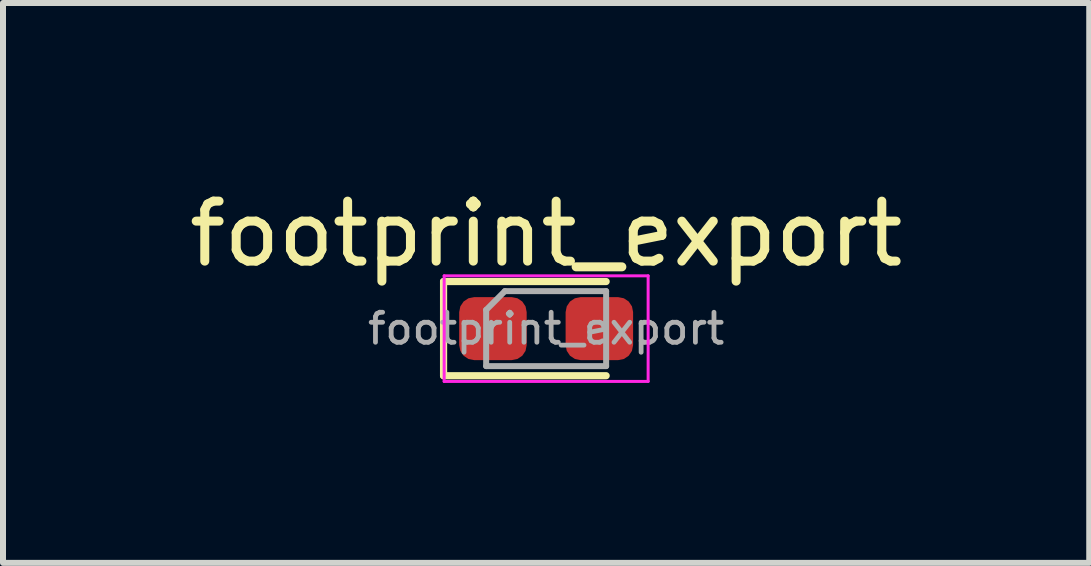
<source format=kicad_pcb>
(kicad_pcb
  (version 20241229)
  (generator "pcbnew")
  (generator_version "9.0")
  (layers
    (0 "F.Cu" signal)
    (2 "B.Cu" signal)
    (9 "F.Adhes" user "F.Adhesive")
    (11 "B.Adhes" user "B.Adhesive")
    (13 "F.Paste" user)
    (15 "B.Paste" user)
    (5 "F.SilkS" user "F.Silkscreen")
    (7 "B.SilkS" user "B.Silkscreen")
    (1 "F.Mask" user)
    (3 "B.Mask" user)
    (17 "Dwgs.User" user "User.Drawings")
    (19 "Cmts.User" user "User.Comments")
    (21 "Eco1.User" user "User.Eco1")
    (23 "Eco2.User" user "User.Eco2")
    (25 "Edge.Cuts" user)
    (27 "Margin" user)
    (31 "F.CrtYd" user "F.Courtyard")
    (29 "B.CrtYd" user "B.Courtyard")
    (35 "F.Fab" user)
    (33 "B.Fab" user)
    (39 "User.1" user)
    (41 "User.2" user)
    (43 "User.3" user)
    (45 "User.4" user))
  (footprint "footprint_export"
    (layer "F.Cu")
    (at 6.054 2.428)
    (property "Reference" "footprint_export" (at 0 -1.58 0) (layer "F.SilkS") (effects (font (size 1 1) (thickness 0.15))))
    (attr smd)
    (fp_line (start -1.71 -0.785) (end -1.71 0.785) (stroke (width 0.12) (type solid)) (layer "F.SilkS"))
    (fp_line (start -1.71 0.785) (end 1 0.785) (stroke (width 0.12) (type solid)) (layer "F.SilkS"))
    (fp_line (start 1 -0.785) (end -1.71 -0.785) (stroke (width 0.12) (type solid)) (layer "F.SilkS"))
    (fp_line (start -1.7 -0.88) (end 1.7 -0.88) (stroke (width 0.05) (type solid)) (layer "F.CrtYd"))
    (fp_line (start -1.7 0.88) (end -1.7 -0.88) (stroke (width 0.05) (type solid)) (layer "F.CrtYd"))
    (fp_line (start 1.7 -0.88) (end 1.7 0.88) (stroke (width 0.05) (type solid)) (layer "F.CrtYd"))
    (fp_line (start 1.7 0.88) (end -1.7 0.88) (stroke (width 0.05) (type solid)) (layer "F.CrtYd"))
    (fp_line (start -1 -0.312) (end -1 0.625) (stroke (width 0.1) (type solid)) (layer "F.Fab"))
    (fp_line (start -1 0.625) (end 1 0.625) (stroke (width 0.1) (type solid)) (layer "F.Fab"))
    (fp_line (start -0.688 -0.625) (end -1 -0.312) (stroke (width 0.1) (type solid)) (layer "F.Fab"))
    (fp_line (start 1 -0.625) (end -0.688 -0.625) (stroke (width 0.1) (type solid)) (layer "F.Fab"))
    (fp_line (start 1 0.625) (end 1 -0.625) (stroke (width 0.1) (type solid)) (layer "F.Fab"))
    (fp_text user "${REFERENCE}" (at 0 0 0) (layer "F.Fab") (effects (font (size 0.5 0.5) (thickness 0.08))))
    (pad "1" smd roundrect (at -0.887 0) (size 1.125 1.05) (layers "F.Cu" "F.Mask" "F.Paste") (roundrect_rratio 0.238))
    (pad "2" smd roundrect (at 0.887 0) (size 1.125 1.05) (layers "F.Cu" "F.Mask" "F.Paste") (roundrect_rratio 0.238)))
  (gr_rect
    (start -3 -3)
    (end 15.107 6.333)
    (stroke (width 0.1) (type default))
    (fill no)
    (layer "Edge.Cuts")))
</source>
